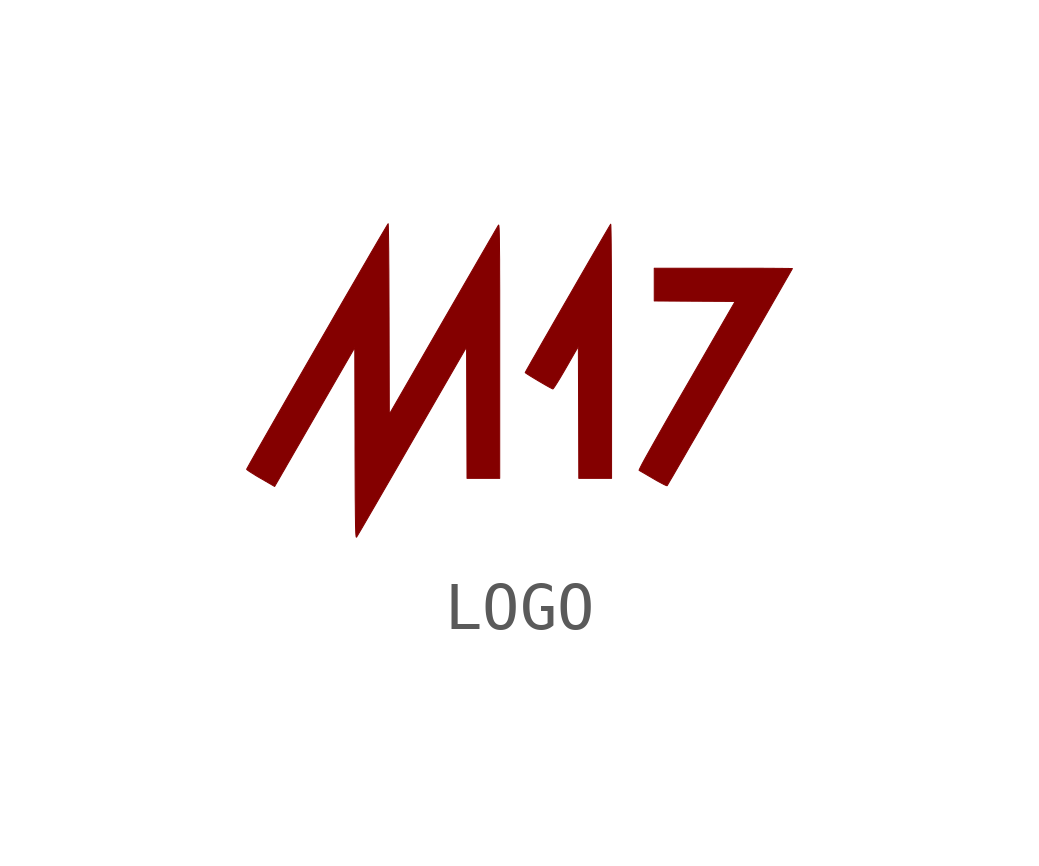
<source format=kicad_sym>
(kicad_symbol_lib
  (version 20210619)
  (generator bitmap2component)
  (symbol "LOGO"
    (pin_names
      (offset 1.016))
    (property "Reference" "#G"
      (at 0 3.305 0)
      (effects (font (size 1.27 1.27)) hide))
    (symbol "LOGO_0_0"
      (polyline (pts (xy -3.378 -3.25) (xy -3.372 -3.24) (xy -3.347 -3.198) (xy -3.305 -3.127) (xy -3.247 -3.028) (xy -3.175 -2.904) (xy -3.09 -2.757) (xy -2.992 -2.589) (xy -2.884 -2.402) (xy -2.766 -2.198) (xy -2.639 -1.979) (xy -2.505 -1.747) (xy -2.365 -1.504) (xy -2.22 -1.253) (xy -1.088 0.708) (xy -1.083 -0.659) (xy -1.079 -2.027) (xy -0.398 -2.027) (xy -0.398 0.949) (xy -0.398 1.295) (xy -0.398 1.607) (xy -0.398 1.885) (xy -0.399 2.132) (xy -0.4 2.349) (xy -0.4 2.538) (xy -0.402 2.7) (xy -0.403 2.838) (xy -0.404 2.953) (xy -0.406 3.046) (xy -0.408 3.119) (xy -0.41 3.174) (xy -0.413 3.213) (xy -0.416 3.237) (xy -0.419 3.248) (xy -0.423 3.248) (xy -0.429 3.238) (xy -0.453 3.197) (xy -0.494 3.127) (xy -0.55 3.029) (xy -0.622 2.906) (xy -0.706 2.76) (xy -0.803 2.593) (xy -0.911 2.406) (xy -1.028 2.203) (xy -1.155 1.984) (xy -1.288 1.753) (xy -1.428 1.511) (xy -1.573 1.26) (xy -2.697 -0.691) (xy -2.702 1.293) (xy -2.703 1.535) (xy -2.704 1.796) (xy -2.705 2.044) (xy -2.706 2.276) (xy -2.708 2.49) (xy -2.709 2.684) (xy -2.711 2.855) (xy -2.713 3) (xy -2.715 3.117) (xy -2.717 3.204) (xy -2.719 3.257) (xy -2.721 3.276) (xy -2.724 3.272) (xy -2.743 3.242) (xy -2.779 3.181) (xy -2.831 3.093) (xy -2.898 2.98) (xy -2.978 2.843) (xy -3.07 2.686) (xy -3.172 2.509) (xy -3.285 2.315) (xy -3.405 2.107) (xy -3.533 1.887) (xy -3.667 1.656) (xy -3.805 1.417) (xy -3.946 1.171) (xy -4.09 0.922) (xy -4.235 0.671) (xy -4.379 0.421) (xy -4.522 0.173) (xy -4.662 -0.07) (xy -4.798 -0.307) (xy -4.928 -0.534) (xy -5.052 -0.75) (xy -5.168 -0.953) (xy -5.275 -1.14) (xy -5.372 -1.31) (xy -5.458 -1.46) (xy -5.53 -1.588) (xy -5.589 -1.692) (xy -5.632 -1.77) (xy -5.659 -1.819) (xy -5.669 -1.838) (xy -5.656 -1.851) (xy -5.616 -1.88) (xy -5.552 -1.921) (xy -5.471 -1.972) (xy -5.377 -2.027) (xy -5.085 -2.196) (xy -4.951 -1.964) (xy -4.928 -1.923) (xy -4.882 -1.845) (xy -4.822 -1.739) (xy -4.747 -1.61) (xy -4.661 -1.46) (xy -4.564 -1.293) (xy -4.46 -1.112) (xy -4.349 -0.92) (xy -4.234 -0.721) (xy -4.117 -0.517) (xy -3.416 0.697) (xy -3.411 -1.295) (xy -3.411 -1.421) (xy -3.41 -1.728) (xy -3.409 -2) (xy -3.408 -2.239) (xy -3.407 -2.446) (xy -3.405 -2.625) (xy -3.404 -2.776) (xy -3.402 -2.902) (xy -3.401 -3.006) (xy -3.398 -3.088) (xy -3.396 -3.151) (xy -3.393 -3.197) (xy -3.39 -3.228) (xy -3.387 -3.246) (xy -3.383 -3.252) (xy -3.378 -3.25)) (stroke (width 0.01)) (fill (type outline)))
      (polyline (pts (xy 3.093 -2.173) (xy 3.115 -2.135) (xy 3.154 -2.068) (xy 3.209 -1.975) (xy 3.277 -1.857) (xy 3.358 -1.717) (xy 3.451 -1.557) (xy 3.553 -1.379) (xy 3.665 -1.187) (xy 3.784 -0.981) (xy 3.908 -0.765) (xy 4.038 -0.541) (xy 4.171 -0.31) (xy 4.306 -0.075) (xy 4.443 0.161) (xy 4.578 0.396) (xy 4.712 0.628) (xy 4.843 0.855) (xy 4.969 1.074) (xy 5.09 1.283) (xy 5.203 1.48) (xy 5.308 1.663) (xy 5.403 1.828) (xy 5.487 1.975) (xy 5.559 2.1) (xy 5.618 2.202) (xy 5.661 2.278) (xy 5.688 2.325) (xy 5.697 2.342) (xy 5.697 2.342) (xy 5.674 2.343) (xy 5.616 2.344) (xy 5.527 2.345) (xy 5.408 2.346) (xy 5.264 2.347) (xy 5.098 2.348) (xy 4.911 2.348) (xy 4.707 2.348) (xy 4.488 2.349) (xy 4.259 2.349) (xy 2.82 2.349) (xy 2.82 1.667) (xy 3.662 1.662) (xy 4.504 1.657) (xy 3.493 -0.095) (xy 3.386 -0.28) (xy 3.213 -0.58) (xy 3.059 -0.849) (xy 2.925 -1.085) (xy 2.809 -1.29) (xy 2.712 -1.463) (xy 2.633 -1.604) (xy 2.573 -1.714) (xy 2.532 -1.794) (xy 2.509 -1.842) (xy 2.504 -1.86) (xy 2.518 -1.868) (xy 2.561 -1.893) (xy 2.627 -1.931) (xy 2.708 -1.979) (xy 2.801 -2.033) (xy 2.871 -2.074) (xy 2.954 -2.119) (xy 3.022 -2.155) (xy 3.068 -2.176) (xy 3.088 -2.181) (xy 3.093 -2.173)) (stroke (width 0.01)) (fill (type outline)))
      (polyline (pts (xy 1.931 0.629) (xy 1.93 0.962) (xy 1.93 1.305) (xy 1.929 1.625) (xy 1.929 1.921) (xy 1.928 2.191) (xy 1.927 2.434) (xy 1.925 2.649) (xy 1.924 2.834) (xy 1.922 2.988) (xy 1.92 3.11) (xy 1.918 3.197) (xy 1.916 3.25) (xy 1.913 3.266) (xy 1.909 3.26) (xy 1.887 3.224) (xy 1.849 3.159) (xy 1.796 3.069) (xy 1.73 2.956) (xy 1.653 2.823) (xy 1.565 2.673) (xy 1.47 2.509) (xy 1.368 2.332) (xy 1.261 2.147) (xy 1.151 1.956) (xy 1.039 1.761) (xy 0.926 1.566) (xy 0.815 1.373) (xy 0.707 1.185) (xy 0.604 1.005) (xy 0.506 0.835) (xy 0.417 0.679) (xy 0.337 0.538) (xy 0.267 0.417) (xy 0.211 0.317) (xy 0.168 0.242) (xy 0.142 0.194) (xy 0.133 0.176) (xy 0.145 0.165) (xy 0.184 0.139) (xy 0.244 0.101) (xy 0.318 0.056) (xy 0.401 0.006) (xy 0.485 -0.043) (xy 0.564 -0.089) (xy 0.632 -0.127) (xy 0.683 -0.154) (xy 0.709 -0.166) (xy 0.709 -0.166) (xy 0.724 -0.15) (xy 0.755 -0.105) (xy 0.799 -0.036) (xy 0.854 0.053) (xy 0.916 0.158) (xy 0.984 0.275) (xy 1.24 0.721) (xy 1.245 -0.653) (xy 1.249 -2.027) (xy 1.931 -2.027) (xy 1.931 0.629)) (stroke (width 0.01)) (fill (type outline))))))
</source>
